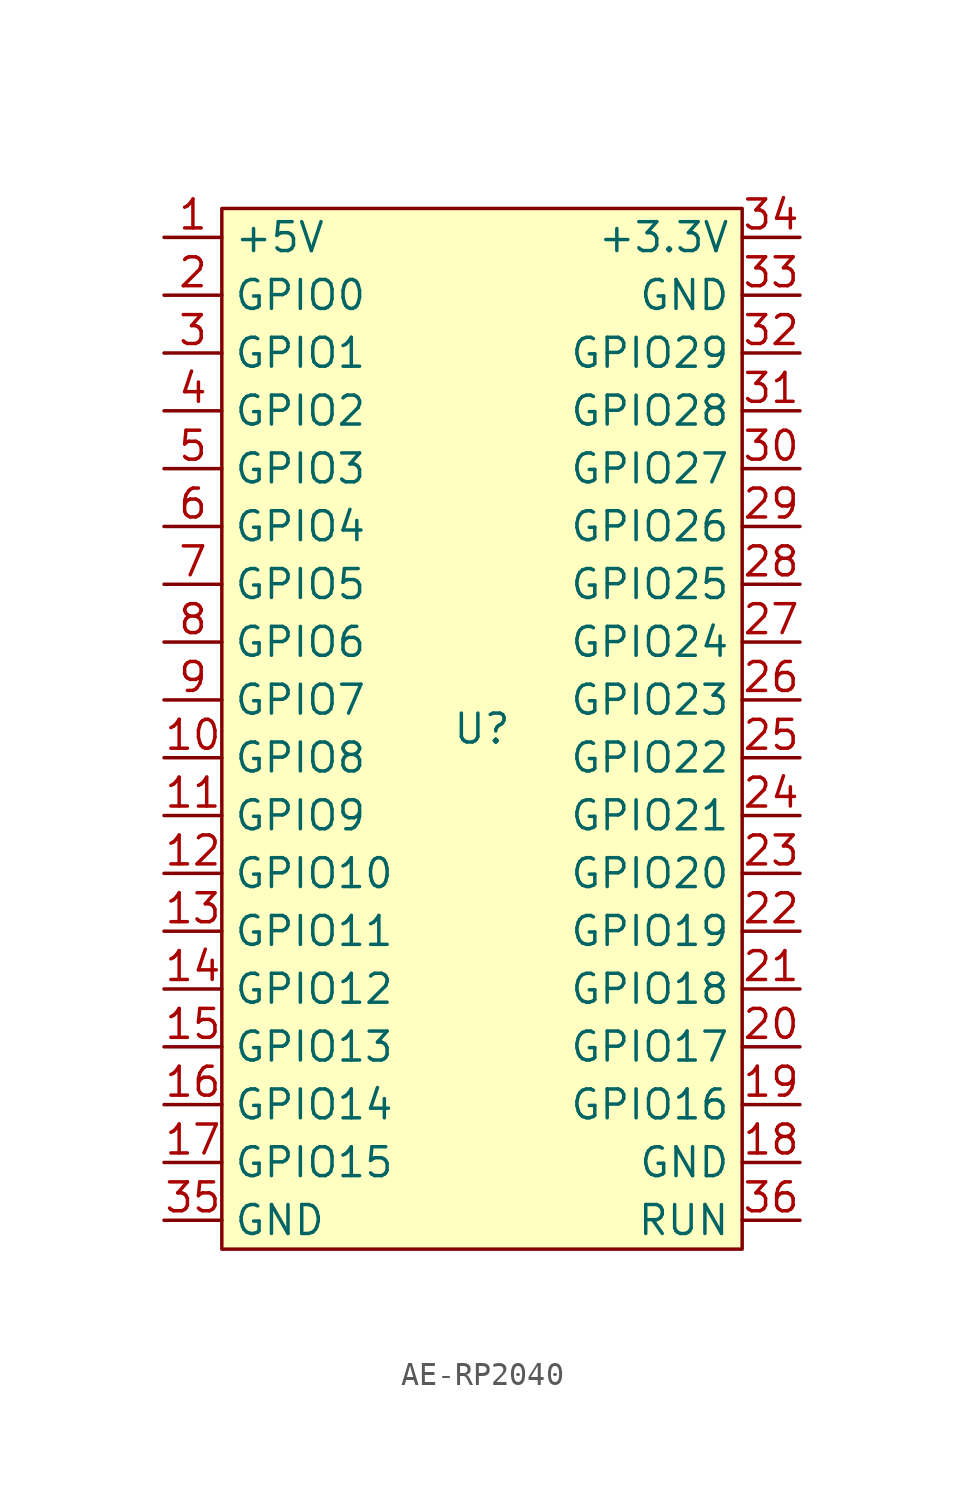
<source format=kicad_sym>
(kicad_symbol_lib
  (version 20220914)
  (generator kicad_symbol_editor)
  (symbol "AE-RP2040"
    (property "Reference" "U"
      (at 0 0 0)
      (effects (font (size 1.27 1.27))))
    (property "Value" ""
      (at 0 0 0)
      (effects (font (size 1.27 1.27))))
    (symbol "AE-RP2040_1_1"
      (rectangle (start -11.43 22.86) (end 11.43 -22.86) (stroke (width 0) (type default)) (fill (type background)))
      (pin power_in line (at -13.97 21.59 0) (length 2.54) (name "+5V" (effects (font (size 1.27 1.27)))) (number "1" (effects (font (size 1.27 1.27)))))
      (pin bidirectional line (at -13.97 -1.27 0) (length 2.54) (name "GPIO8" (effects (font (size 1.27 1.27)))) (number "10" (effects (font (size 1.27 1.27)))))
      (pin bidirectional line (at -13.97 -3.81 0) (length 2.54) (name "GPIO9" (effects (font (size 1.27 1.27)))) (number "11" (effects (font (size 1.27 1.27)))))
      (pin bidirectional line (at -13.97 -6.35 0) (length 2.54) (name "GPIO10" (effects (font (size 1.27 1.27)))) (number "12" (effects (font (size 1.27 1.27)))))
      (pin bidirectional line (at -13.97 -8.89 0) (length 2.54) (name "GPIO11" (effects (font (size 1.27 1.27)))) (number "13" (effects (font (size 1.27 1.27)))))
      (pin bidirectional line (at -13.97 -11.43 0) (length 2.54) (name "GPIO12" (effects (font (size 1.27 1.27)))) (number "14" (effects (font (size 1.27 1.27)))))
      (pin bidirectional line (at -13.97 -13.97 0) (length 2.54) (name "GPIO13" (effects (font (size 1.27 1.27)))) (number "15" (effects (font (size 1.27 1.27)))))
      (pin bidirectional line (at -13.97 -16.51 0) (length 2.54) (name "GPIO14" (effects (font (size 1.27 1.27)))) (number "16" (effects (font (size 1.27 1.27)))))
      (pin bidirectional line (at -13.97 -19.05 0) (length 2.54) (name "GPIO15" (effects (font (size 1.27 1.27)))) (number "17" (effects (font (size 1.27 1.27)))))
      (pin power_in line (at 13.97 -19.05 180) (length 2.54) (name "GND" (effects (font (size 1.27 1.27)))) (number "18" (effects (font (size 1.27 1.27)))))
      (pin bidirectional line (at 13.97 -16.51 180) (length 2.54) (name "GPIO16" (effects (font (size 1.27 1.27)))) (number "19" (effects (font (size 1.27 1.27)))))
      (pin bidirectional line (at -13.97 19.05 0) (length 2.54) (name "GPIO0" (effects (font (size 1.27 1.27)))) (number "2" (effects (font (size 1.27 1.27)))))
      (pin bidirectional line (at 13.97 -13.97 180) (length 2.54) (name "GPIO17" (effects (font (size 1.27 1.27)))) (number "20" (effects (font (size 1.27 1.27)))))
      (pin bidirectional line (at 13.97 -11.43 180) (length 2.54) (name "GPIO18" (effects (font (size 1.27 1.27)))) (number "21" (effects (font (size 1.27 1.27)))))
      (pin bidirectional line (at 13.97 -8.89 180) (length 2.54) (name "GPIO19" (effects (font (size 1.27 1.27)))) (number "22" (effects (font (size 1.27 1.27)))))
      (pin bidirectional line (at 13.97 -6.35 180) (length 2.54) (name "GPIO20" (effects (font (size 1.27 1.27)))) (number "23" (effects (font (size 1.27 1.27)))))
      (pin bidirectional line (at 13.97 -3.81 180) (length 2.54) (name "GPIO21" (effects (font (size 1.27 1.27)))) (number "24" (effects (font (size 1.27 1.27)))))
      (pin bidirectional line (at 13.97 -1.27 180) (length 2.54) (name "GPIO22" (effects (font (size 1.27 1.27)))) (number "25" (effects (font (size 1.27 1.27)))))
      (pin bidirectional line (at 13.97 1.27 180) (length 2.54) (name "GPIO23" (effects (font (size 1.27 1.27)))) (number "26" (effects (font (size 1.27 1.27)))))
      (pin bidirectional line (at 13.97 3.81 180) (length 2.54) (name "GPIO24" (effects (font (size 1.27 1.27)))) (number "27" (effects (font (size 1.27 1.27)))))
      (pin bidirectional line (at 13.97 6.35 180) (length 2.54) (name "GPIO25" (effects (font (size 1.27 1.27)))) (number "28" (effects (font (size 1.27 1.27)))))
      (pin bidirectional line (at 13.97 8.89 180) (length 2.54) (name "GPIO26" (effects (font (size 1.27 1.27)))) (number "29" (effects (font (size 1.27 1.27)))))
      (pin bidirectional line (at -13.97 16.51 0) (length 2.54) (name "GPIO1" (effects (font (size 1.27 1.27)))) (number "3" (effects (font (size 1.27 1.27)))))
      (pin bidirectional line (at 13.97 11.43 180) (length 2.54) (name "GPIO27" (effects (font (size 1.27 1.27)))) (number "30" (effects (font (size 1.27 1.27)))))
      (pin bidirectional line (at 13.97 13.97 180) (length 2.54) (name "GPIO28" (effects (font (size 1.27 1.27)))) (number "31" (effects (font (size 1.27 1.27)))))
      (pin bidirectional line (at 13.97 16.51 180) (length 2.54) (name "GPIO29" (effects (font (size 1.27 1.27)))) (number "32" (effects (font (size 1.27 1.27)))))
      (pin power_in line (at 13.97 19.05 180) (length 2.54) (name "GND" (effects (font (size 1.27 1.27)))) (number "33" (effects (font (size 1.27 1.27)))))
      (pin power_in line (at 13.97 21.59 180) (length 2.54) (name "+3.3V" (effects (font (size 1.27 1.27)))) (number "34" (effects (font (size 1.27 1.27)))))
      (pin power_in line (at -13.97 -21.59 0) (length 2.54) (name "GND" (effects (font (size 1.27 1.27)))) (number "35" (effects (font (size 1.27 1.27)))))
      (pin bidirectional line (at 13.97 -21.59 180) (length 2.54) (name "RUN" (effects (font (size 1.27 1.27)))) (number "36" (effects (font (size 1.27 1.27)))))
      (pin bidirectional line (at -13.97 13.97 0) (length 2.54) (name "GPIO2" (effects (font (size 1.27 1.27)))) (number "4" (effects (font (size 1.27 1.27)))))
      (pin bidirectional line (at -13.97 11.43 0) (length 2.54) (name "GPIO3" (effects (font (size 1.27 1.27)))) (number "5" (effects (font (size 1.27 1.27)))))
      (pin bidirectional line (at -13.97 8.89 0) (length 2.54) (name "GPIO4" (effects (font (size 1.27 1.27)))) (number "6" (effects (font (size 1.27 1.27)))))
      (pin bidirectional line (at -13.97 6.35 0) (length 2.54) (name "GPIO5" (effects (font (size 1.27 1.27)))) (number "7" (effects (font (size 1.27 1.27)))))
      (pin bidirectional line (at -13.97 3.81 0) (length 2.54) (name "GPIO6" (effects (font (size 1.27 1.27)))) (number "8" (effects (font (size 1.27 1.27)))))
      (pin bidirectional line (at -13.97 1.27 0) (length 2.54) (name "GPIO7" (effects (font (size 1.27 1.27)))) (number "9" (effects (font (size 1.27 1.27))))))))
</source>
